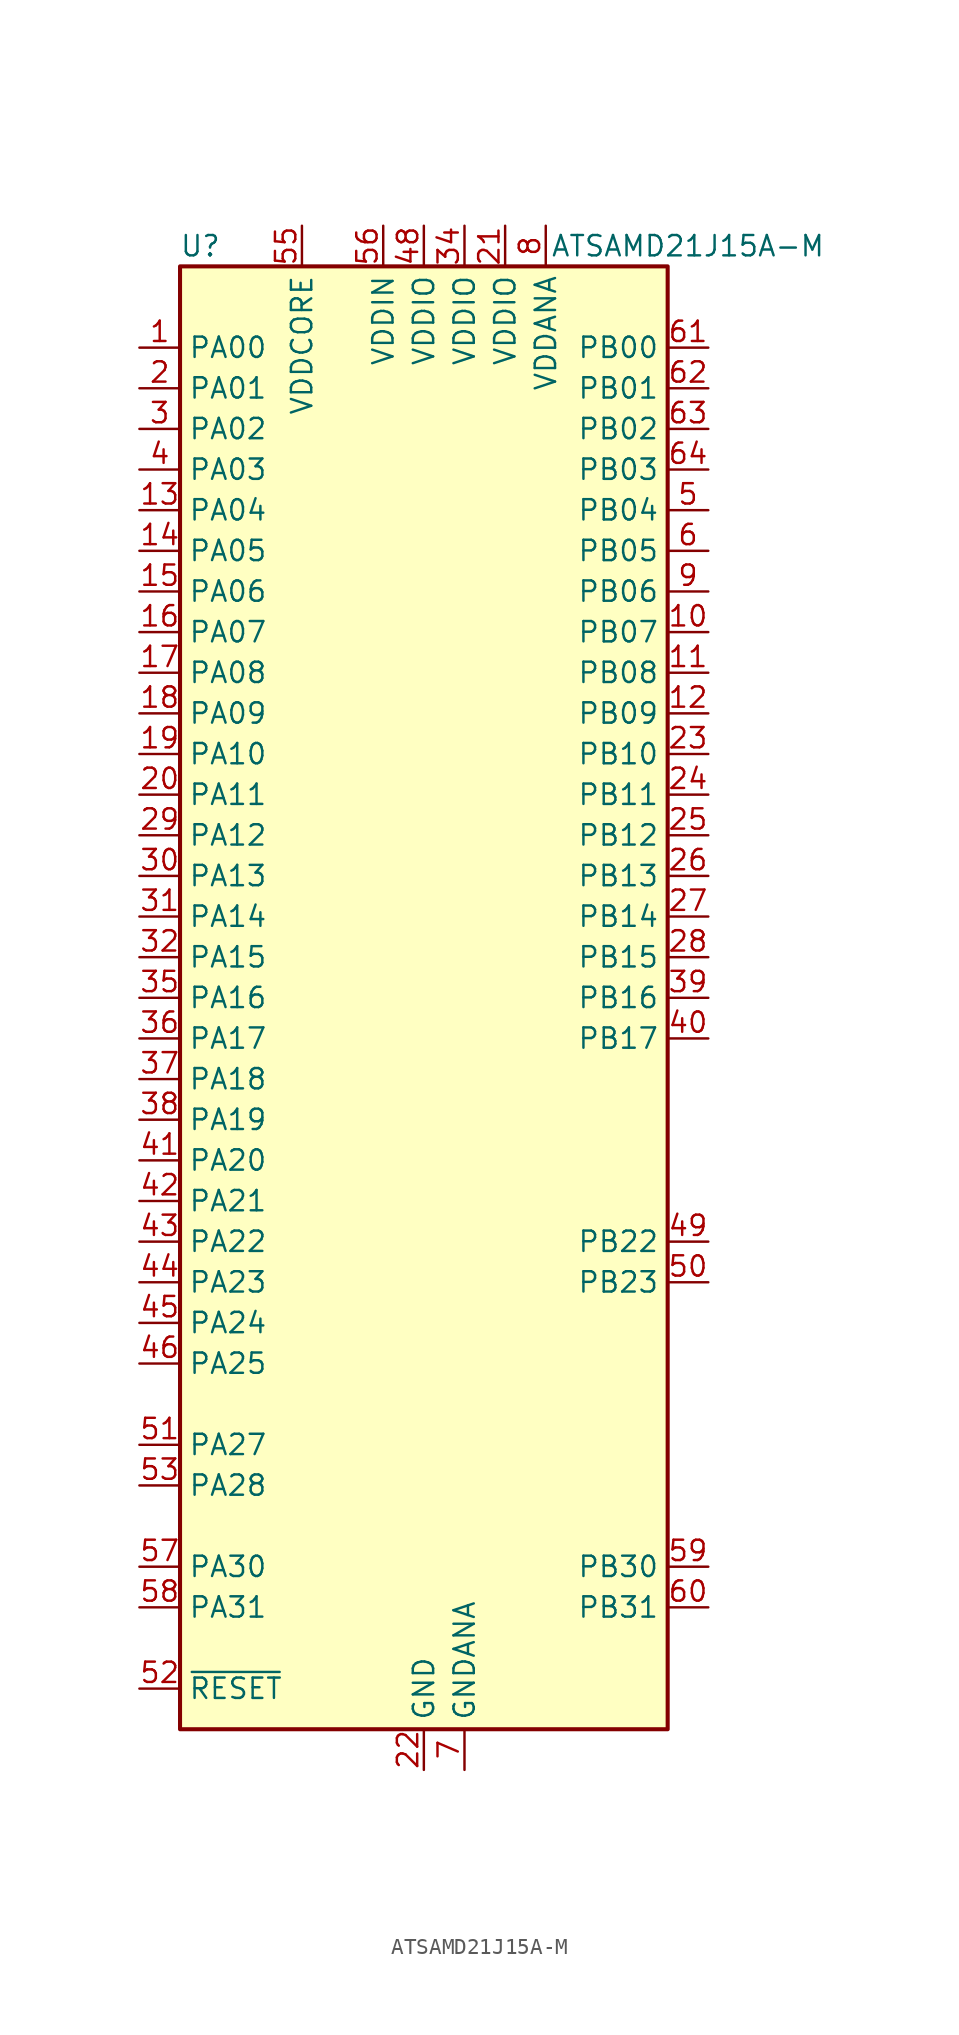
<source format=kicad_sym>
(kicad_symbol_lib
  (version 20200908)
  (generator kicad_symbol_editor)
  (symbol "MCU_Microchip_SAMD:ATSAMD21J15A-M"
    (property "Reference" "U"
      (at -13.97 46.99 0)
      (effects (font (size 1.27 1.27))))
    (property "Value" "ATSAMD21J15A-M"
      (at 16.51 46.99 0)
      (effects (font (size 1.27 1.27))))
    (symbol "ATSAMD21J15A-M_0_1"
      (rectangle (start -15.24 45.72) (end 15.24 -45.72) (stroke (width 0.254)) (fill (type background))))
    (symbol "ATSAMD21J15A-M_1_1"
      (pin bidirectional line (at -17.78 40.64 0) (length 2.54) (name "PA00" (effects (font (size 1.27 1.27)))) (number "1" (effects (font (size 1.27 1.27)))))
      (pin bidirectional line (at 17.78 22.86 180) (length 2.54) (name "PB07" (effects (font (size 1.27 1.27)))) (number "10" (effects (font (size 1.27 1.27)))))
      (pin bidirectional line (at 17.78 20.32 180) (length 2.54) (name "PB08" (effects (font (size 1.27 1.27)))) (number "11" (effects (font (size 1.27 1.27)))))
      (pin bidirectional line (at 17.78 17.78 180) (length 2.54) (name "PB09" (effects (font (size 1.27 1.27)))) (number "12" (effects (font (size 1.27 1.27)))))
      (pin bidirectional line (at -17.78 30.48 0) (length 2.54) (name "PA04" (effects (font (size 1.27 1.27)))) (number "13" (effects (font (size 1.27 1.27)))))
      (pin bidirectional line (at -17.78 27.94 0) (length 2.54) (name "PA05" (effects (font (size 1.27 1.27)))) (number "14" (effects (font (size 1.27 1.27)))))
      (pin bidirectional line (at -17.78 25.4 0) (length 2.54) (name "PA06" (effects (font (size 1.27 1.27)))) (number "15" (effects (font (size 1.27 1.27)))))
      (pin bidirectional line (at -17.78 22.86 0) (length 2.54) (name "PA07" (effects (font (size 1.27 1.27)))) (number "16" (effects (font (size 1.27 1.27)))))
      (pin bidirectional line (at -17.78 20.32 0) (length 2.54) (name "PA08" (effects (font (size 1.27 1.27)))) (number "17" (effects (font (size 1.27 1.27)))))
      (pin bidirectional line (at -17.78 17.78 0) (length 2.54) (name "PA09" (effects (font (size 1.27 1.27)))) (number "18" (effects (font (size 1.27 1.27)))))
      (pin bidirectional line (at -17.78 15.24 0) (length 2.54) (name "PA10" (effects (font (size 1.27 1.27)))) (number "19" (effects (font (size 1.27 1.27)))))
      (pin bidirectional line (at -17.78 38.1 0) (length 2.54) (name "PA01" (effects (font (size 1.27 1.27)))) (number "2" (effects (font (size 1.27 1.27)))))
      (pin bidirectional line (at -17.78 12.7 0) (length 2.54) (name "PA11" (effects (font (size 1.27 1.27)))) (number "20" (effects (font (size 1.27 1.27)))))
      (pin power_in line (at 5.08 48.26 270) (length 2.54) (name "VDDIO" (effects (font (size 1.27 1.27)))) (number "21" (effects (font (size 1.27 1.27)))))
      (pin power_in line (at 0 -48.26 90) (length 2.54) (name "GND" (effects (font (size 1.27 1.27)))) (number "22" (effects (font (size 1.27 1.27)))))
      (pin bidirectional line (at 17.78 15.24 180) (length 2.54) (name "PB10" (effects (font (size 1.27 1.27)))) (number "23" (effects (font (size 1.27 1.27)))))
      (pin bidirectional line (at 17.78 12.7 180) (length 2.54) (name "PB11" (effects (font (size 1.27 1.27)))) (number "24" (effects (font (size 1.27 1.27)))))
      (pin bidirectional line (at 17.78 10.16 180) (length 2.54) (name "PB12" (effects (font (size 1.27 1.27)))) (number "25" (effects (font (size 1.27 1.27)))))
      (pin bidirectional line (at 17.78 7.62 180) (length 2.54) (name "PB13" (effects (font (size 1.27 1.27)))) (number "26" (effects (font (size 1.27 1.27)))))
      (pin bidirectional line (at 17.78 5.08 180) (length 2.54) (name "PB14" (effects (font (size 1.27 1.27)))) (number "27" (effects (font (size 1.27 1.27)))))
      (pin bidirectional line (at 17.78 2.54 180) (length 2.54) (name "PB15" (effects (font (size 1.27 1.27)))) (number "28" (effects (font (size 1.27 1.27)))))
      (pin bidirectional line (at -17.78 10.16 0) (length 2.54) (name "PA12" (effects (font (size 1.27 1.27)))) (number "29" (effects (font (size 1.27 1.27)))))
      (pin bidirectional line (at -17.78 35.56 0) (length 2.54) (name "PA02" (effects (font (size 1.27 1.27)))) (number "3" (effects (font (size 1.27 1.27)))))
      (pin bidirectional line (at -17.78 7.62 0) (length 2.54) (name "PA13" (effects (font (size 1.27 1.27)))) (number "30" (effects (font (size 1.27 1.27)))))
      (pin bidirectional line (at -17.78 5.08 0) (length 2.54) (name "PA14" (effects (font (size 1.27 1.27)))) (number "31" (effects (font (size 1.27 1.27)))))
      (pin bidirectional line (at -17.78 2.54 0) (length 2.54) (name "PA15" (effects (font (size 1.27 1.27)))) (number "32" (effects (font (size 1.27 1.27)))))
      (pin passive line (at 0 -48.26 90) (length 2.54) hide (name "GND" (effects (font (size 1.27 1.27)))) (number "33" (effects (font (size 1.27 1.27)))))
      (pin power_in line (at 2.54 48.26 270) (length 2.54) (name "VDDIO" (effects (font (size 1.27 1.27)))) (number "34" (effects (font (size 1.27 1.27)))))
      (pin bidirectional line (at -17.78 0 0) (length 2.54) (name "PA16" (effects (font (size 1.27 1.27)))) (number "35" (effects (font (size 1.27 1.27)))))
      (pin bidirectional line (at -17.78 -2.54 0) (length 2.54) (name "PA17" (effects (font (size 1.27 1.27)))) (number "36" (effects (font (size 1.27 1.27)))))
      (pin bidirectional line (at -17.78 -5.08 0) (length 2.54) (name "PA18" (effects (font (size 1.27 1.27)))) (number "37" (effects (font (size 1.27 1.27)))))
      (pin bidirectional line (at -17.78 -7.62 0) (length 2.54) (name "PA19" (effects (font (size 1.27 1.27)))) (number "38" (effects (font (size 1.27 1.27)))))
      (pin bidirectional line (at 17.78 0 180) (length 2.54) (name "PB16" (effects (font (size 1.27 1.27)))) (number "39" (effects (font (size 1.27 1.27)))))
      (pin bidirectional line (at -17.78 33.02 0) (length 2.54) (name "PA03" (effects (font (size 1.27 1.27)))) (number "4" (effects (font (size 1.27 1.27)))))
      (pin bidirectional line (at 17.78 -2.54 180) (length 2.54) (name "PB17" (effects (font (size 1.27 1.27)))) (number "40" (effects (font (size 1.27 1.27)))))
      (pin bidirectional line (at -17.78 -10.16 0) (length 2.54) (name "PA20" (effects (font (size 1.27 1.27)))) (number "41" (effects (font (size 1.27 1.27)))))
      (pin bidirectional line (at -17.78 -12.7 0) (length 2.54) (name "PA21" (effects (font (size 1.27 1.27)))) (number "42" (effects (font (size 1.27 1.27)))))
      (pin bidirectional line (at -17.78 -15.24 0) (length 2.54) (name "PA22" (effects (font (size 1.27 1.27)))) (number "43" (effects (font (size 1.27 1.27)))))
      (pin bidirectional line (at -17.78 -17.78 0) (length 2.54) (name "PA23" (effects (font (size 1.27 1.27)))) (number "44" (effects (font (size 1.27 1.27)))))
      (pin bidirectional line (at -17.78 -20.32 0) (length 2.54) (name "PA24" (effects (font (size 1.27 1.27)))) (number "45" (effects (font (size 1.27 1.27)))))
      (pin bidirectional line (at -17.78 -22.86 0) (length 2.54) (name "PA25" (effects (font (size 1.27 1.27)))) (number "46" (effects (font (size 1.27 1.27)))))
      (pin passive line (at 0 -48.26 90) (length 2.54) hide (name "GND" (effects (font (size 1.27 1.27)))) (number "47" (effects (font (size 1.27 1.27)))))
      (pin power_in line (at 0 48.26 270) (length 2.54) (name "VDDIO" (effects (font (size 1.27 1.27)))) (number "48" (effects (font (size 1.27 1.27)))))
      (pin bidirectional line (at 17.78 -15.24 180) (length 2.54) (name "PB22" (effects (font (size 1.27 1.27)))) (number "49" (effects (font (size 1.27 1.27)))))
      (pin bidirectional line (at 17.78 30.48 180) (length 2.54) (name "PB04" (effects (font (size 1.27 1.27)))) (number "5" (effects (font (size 1.27 1.27)))))
      (pin bidirectional line (at 17.78 -17.78 180) (length 2.54) (name "PB23" (effects (font (size 1.27 1.27)))) (number "50" (effects (font (size 1.27 1.27)))))
      (pin bidirectional line (at -17.78 -27.94 0) (length 2.54) (name "PA27" (effects (font (size 1.27 1.27)))) (number "51" (effects (font (size 1.27 1.27)))))
      (pin input line (at -17.78 -43.18 0) (length 2.54) (name "~RESET" (effects (font (size 1.27 1.27)))) (number "52" (effects (font (size 1.27 1.27)))))
      (pin bidirectional line (at -17.78 -30.48 0) (length 2.54) (name "PA28" (effects (font (size 1.27 1.27)))) (number "53" (effects (font (size 1.27 1.27)))))
      (pin passive line (at 0 -48.26 90) (length 2.54) hide (name "GND" (effects (font (size 1.27 1.27)))) (number "54" (effects (font (size 1.27 1.27)))))
      (pin power_out line (at -7.62 48.26 270) (length 2.54) (name "VDDCORE" (effects (font (size 1.27 1.27)))) (number "55" (effects (font (size 1.27 1.27)))))
      (pin power_in line (at -2.54 48.26 270) (length 2.54) (name "VDDIN" (effects (font (size 1.27 1.27)))) (number "56" (effects (font (size 1.27 1.27)))))
      (pin bidirectional line (at -17.78 -35.56 0) (length 2.54) (name "PA30" (effects (font (size 1.27 1.27)))) (number "57" (effects (font (size 1.27 1.27)))))
      (pin bidirectional line (at -17.78 -38.1 0) (length 2.54) (name "PA31" (effects (font (size 1.27 1.27)))) (number "58" (effects (font (size 1.27 1.27)))))
      (pin bidirectional line (at 17.78 -35.56 180) (length 2.54) (name "PB30" (effects (font (size 1.27 1.27)))) (number "59" (effects (font (size 1.27 1.27)))))
      (pin bidirectional line (at 17.78 27.94 180) (length 2.54) (name "PB05" (effects (font (size 1.27 1.27)))) (number "6" (effects (font (size 1.27 1.27)))))
      (pin bidirectional line (at 17.78 -38.1 180) (length 2.54) (name "PB31" (effects (font (size 1.27 1.27)))) (number "60" (effects (font (size 1.27 1.27)))))
      (pin bidirectional line (at 17.78 40.64 180) (length 2.54) (name "PB00" (effects (font (size 1.27 1.27)))) (number "61" (effects (font (size 1.27 1.27)))))
      (pin bidirectional line (at 17.78 38.1 180) (length 2.54) (name "PB01" (effects (font (size 1.27 1.27)))) (number "62" (effects (font (size 1.27 1.27)))))
      (pin bidirectional line (at 17.78 35.56 180) (length 2.54) (name "PB02" (effects (font (size 1.27 1.27)))) (number "63" (effects (font (size 1.27 1.27)))))
      (pin bidirectional line (at 17.78 33.02 180) (length 2.54) (name "PB03" (effects (font (size 1.27 1.27)))) (number "64" (effects (font (size 1.27 1.27)))))
      (pin unconnected line (at 15.24 -43.18 180) (length 2.54) hide (name "EP" (effects (font (size 1.27 1.27)))) (number "65" (effects (font (size 1.27 1.27)))))
      (pin power_in line (at 2.54 -48.26 90) (length 2.54) (name "GNDANA" (effects (font (size 1.27 1.27)))) (number "7" (effects (font (size 1.27 1.27)))))
      (pin power_in line (at 7.62 48.26 270) (length 2.54) (name "VDDANA" (effects (font (size 1.27 1.27)))) (number "8" (effects (font (size 1.27 1.27)))))
      (pin bidirectional line (at 17.78 25.4 180) (length 2.54) (name "PB06" (effects (font (size 1.27 1.27)))) (number "9" (effects (font (size 1.27 1.27))))))))
</source>
